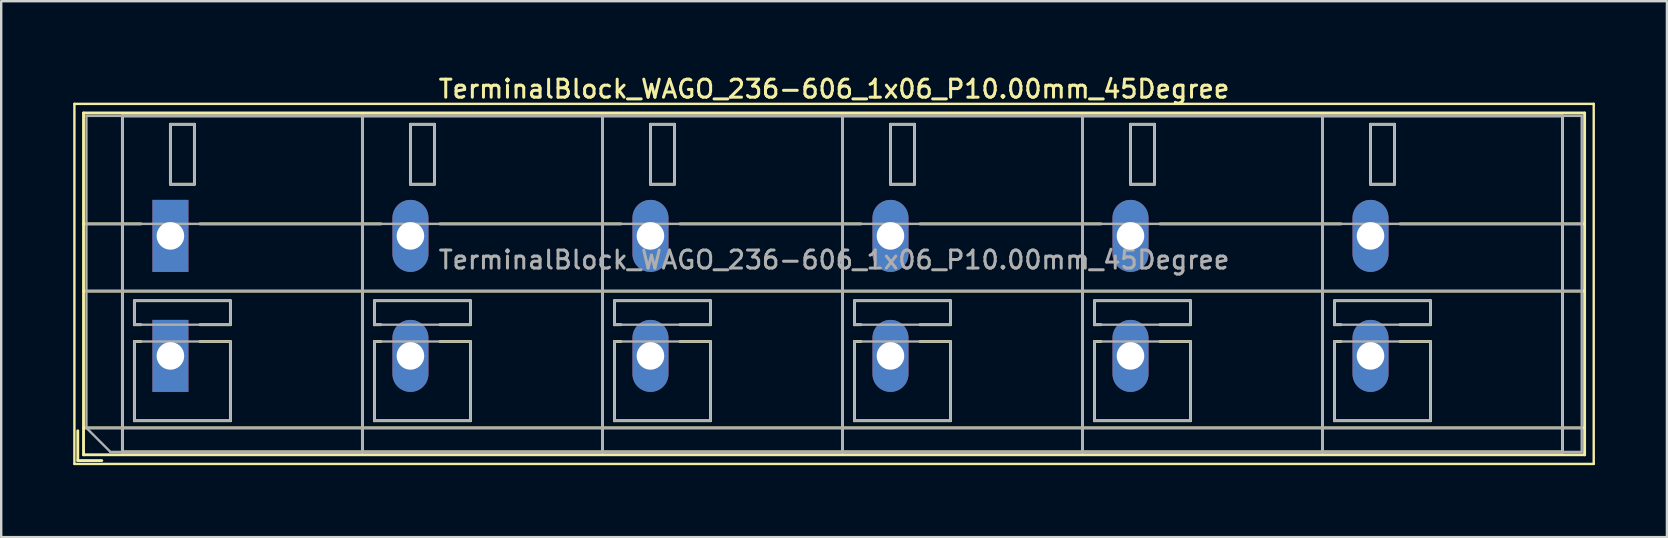
<source format=kicad_pcb>
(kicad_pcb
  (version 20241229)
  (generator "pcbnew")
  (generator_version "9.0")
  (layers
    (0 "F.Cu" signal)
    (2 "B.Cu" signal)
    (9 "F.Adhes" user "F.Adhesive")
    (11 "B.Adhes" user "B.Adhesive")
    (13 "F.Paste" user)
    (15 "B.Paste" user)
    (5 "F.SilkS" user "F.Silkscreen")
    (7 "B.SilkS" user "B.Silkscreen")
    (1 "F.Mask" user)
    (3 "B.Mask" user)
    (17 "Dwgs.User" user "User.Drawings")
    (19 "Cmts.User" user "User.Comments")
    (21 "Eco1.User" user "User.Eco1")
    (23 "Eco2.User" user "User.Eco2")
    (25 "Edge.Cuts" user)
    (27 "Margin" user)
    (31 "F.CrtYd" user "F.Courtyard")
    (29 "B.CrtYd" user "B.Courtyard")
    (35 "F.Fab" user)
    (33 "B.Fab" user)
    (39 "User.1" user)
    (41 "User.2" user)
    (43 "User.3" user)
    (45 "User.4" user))
  (footprint "TerminalBlock_WAGO_236-606_1x06_P10.00mm_45Degree"
    (layer "F.Cu")
    (at 4.05 6.778)
    (property "Reference" "TerminalBlock_WAGO_236-606_1x06_P10.00mm_45Degree" (at 27.65 -6.12 0) (layer "F.SilkS") (effects (font (size 0.75 0.75) (thickness 0.125))))
    (attr through_hole)
    (fp_line (start -4 -5.5) (end -4 9.5) (stroke (width 0.1) (type solid)) (layer "F.SilkS"))
    (fp_line (start -4 9.5) (end 59.3 9.5) (stroke (width 0.1) (type solid)) (layer "F.SilkS"))
    (fp_line (start -3.86 8.12) (end -3.86 9.36) (stroke (width 0.12) (type solid)) (layer "F.SilkS"))
    (fp_line (start -3.86 9.36) (end -2.86 9.36) (stroke (width 0.12) (type solid)) (layer "F.SilkS"))
    (fp_line (start -3.62 -5.12) (end -3.62 9.12) (stroke (width 0.12) (type solid)) (layer "F.SilkS"))
    (fp_line (start -3.62 -5.12) (end 58.92 -5.12) (stroke (width 0.12) (type solid)) (layer "F.SilkS"))
    (fp_line (start -3.62 -0.5) (end -1.23 -0.5) (stroke (width 0.12) (type solid)) (layer "F.SilkS"))
    (fp_line (start -3.62 2.3) (end 58.92 2.3) (stroke (width 0.12) (type solid)) (layer "F.SilkS"))
    (fp_line (start -3.62 8) (end 58.92 8) (stroke (width 0.12) (type solid)) (layer "F.SilkS"))
    (fp_line (start -3.62 9.12) (end 58.92 9.12) (stroke (width 0.12) (type solid)) (layer "F.SilkS"))
    (fp_line (start -2 -5) (end -2 9) (stroke (width 0.12) (type solid)) (layer "F.SilkS"))
    (fp_line (start -2 -5) (end 8 -5) (stroke (width 0.12) (type solid)) (layer "F.SilkS"))
    (fp_line (start -2 9) (end 8 9) (stroke (width 0.12) (type solid)) (layer "F.SilkS"))
    (fp_line (start -1.5 2.7) (end -1.5 3.7) (stroke (width 0.12) (type solid)) (layer "F.SilkS"))
    (fp_line (start -1.5 2.7) (end 2.5 2.7) (stroke (width 0.12) (type solid)) (layer "F.SilkS"))
    (fp_line (start -1.5 3.7) (end -1.23 3.7) (stroke (width 0.12) (type solid)) (layer "F.SilkS"))
    (fp_line (start -1.5 4.4) (end -1.5 7.7) (stroke (width 0.12) (type solid)) (layer "F.SilkS"))
    (fp_line (start -1.5 4.4) (end -1.23 4.4) (stroke (width 0.12) (type solid)) (layer "F.SilkS"))
    (fp_line (start -1.5 7.7) (end 2.5 7.7) (stroke (width 0.12) (type solid)) (layer "F.SilkS"))
    (fp_line (start 0 -4.65) (end 0 -2.151) (stroke (width 0.12) (type solid)) (layer "F.SilkS"))
    (fp_line (start 0 -4.65) (end 1 -4.65) (stroke (width 0.12) (type solid)) (layer "F.SilkS"))
    (fp_line (start 0 -2.151) (end 1 -2.151) (stroke (width 0.12) (type solid)) (layer "F.SilkS"))
    (fp_line (start 1 -4.65) (end 1 -2.151) (stroke (width 0.12) (type solid)) (layer "F.SilkS"))
    (fp_line (start 1.23 -0.5) (end 8.77 -0.5) (stroke (width 0.12) (type solid)) (layer "F.SilkS"))
    (fp_line (start 1.23 3.7) (end 2.5 3.7) (stroke (width 0.12) (type solid)) (layer "F.SilkS"))
    (fp_line (start 1.23 4.4) (end 2.5 4.4) (stroke (width 0.12) (type solid)) (layer "F.SilkS"))
    (fp_line (start 2.5 2.7) (end 2.5 3.7) (stroke (width 0.12) (type solid)) (layer "F.SilkS"))
    (fp_line (start 2.5 4.4) (end 2.5 7.7) (stroke (width 0.12) (type solid)) (layer "F.SilkS"))
    (fp_line (start 8 -5) (end 8 9) (stroke (width 0.12) (type solid)) (layer "F.SilkS"))
    (fp_line (start 8 -5) (end 8 9) (stroke (width 0.12) (type solid)) (layer "F.SilkS"))
    (fp_line (start 8 -5) (end 18 -5) (stroke (width 0.12) (type solid)) (layer "F.SilkS"))
    (fp_line (start 8 9) (end 18 9) (stroke (width 0.12) (type solid)) (layer "F.SilkS"))
    (fp_line (start 8.5 2.7) (end 8.5 3.7) (stroke (width 0.12) (type solid)) (layer "F.SilkS"))
    (fp_line (start 8.5 2.7) (end 12.5 2.7) (stroke (width 0.12) (type solid)) (layer "F.SilkS"))
    (fp_line (start 8.5 3.7) (end 8.77 3.7) (stroke (width 0.12) (type solid)) (layer "F.SilkS"))
    (fp_line (start 8.5 4.4) (end 8.5 7.7) (stroke (width 0.12) (type solid)) (layer "F.SilkS"))
    (fp_line (start 8.5 4.4) (end 8.77 4.4) (stroke (width 0.12) (type solid)) (layer "F.SilkS"))
    (fp_line (start 8.5 7.7) (end 12.5 7.7) (stroke (width 0.12) (type solid)) (layer "F.SilkS"))
    (fp_line (start 10 -4.65) (end 10 -2.151) (stroke (width 0.12) (type solid)) (layer "F.SilkS"))
    (fp_line (start 10 -4.65) (end 11 -4.65) (stroke (width 0.12) (type solid)) (layer "F.SilkS"))
    (fp_line (start 10 -2.151) (end 11 -2.151) (stroke (width 0.12) (type solid)) (layer "F.SilkS"))
    (fp_line (start 11 -4.65) (end 11 -2.151) (stroke (width 0.12) (type solid)) (layer "F.SilkS"))
    (fp_line (start 11.23 -0.5) (end 18.77 -0.5) (stroke (width 0.12) (type solid)) (layer "F.SilkS"))
    (fp_line (start 11.23 3.7) (end 12.5 3.7) (stroke (width 0.12) (type solid)) (layer "F.SilkS"))
    (fp_line (start 11.23 4.4) (end 12.5 4.4) (stroke (width 0.12) (type solid)) (layer "F.SilkS"))
    (fp_line (start 12.5 2.7) (end 12.5 3.7) (stroke (width 0.12) (type solid)) (layer "F.SilkS"))
    (fp_line (start 12.5 4.4) (end 12.5 7.7) (stroke (width 0.12) (type solid)) (layer "F.SilkS"))
    (fp_line (start 18 -5) (end 18 9) (stroke (width 0.12) (type solid)) (layer "F.SilkS"))
    (fp_line (start 18 -5) (end 18 9) (stroke (width 0.12) (type solid)) (layer "F.SilkS"))
    (fp_line (start 18 -5) (end 28 -5) (stroke (width 0.12) (type solid)) (layer "F.SilkS"))
    (fp_line (start 18 9) (end 28 9) (stroke (width 0.12) (type solid)) (layer "F.SilkS"))
    (fp_line (start 18.5 2.7) (end 18.5 3.7) (stroke (width 0.12) (type solid)) (layer "F.SilkS"))
    (fp_line (start 18.5 2.7) (end 22.5 2.7) (stroke (width 0.12) (type solid)) (layer "F.SilkS"))
    (fp_line (start 18.5 3.7) (end 18.77 3.7) (stroke (width 0.12) (type solid)) (layer "F.SilkS"))
    (fp_line (start 18.5 4.4) (end 18.5 7.7) (stroke (width 0.12) (type solid)) (layer "F.SilkS"))
    (fp_line (start 18.5 4.4) (end 18.77 4.4) (stroke (width 0.12) (type solid)) (layer "F.SilkS"))
    (fp_line (start 18.5 7.7) (end 22.5 7.7) (stroke (width 0.12) (type solid)) (layer "F.SilkS"))
    (fp_line (start 20 -4.65) (end 20 -2.151) (stroke (width 0.12) (type solid)) (layer "F.SilkS"))
    (fp_line (start 20 -4.65) (end 21 -4.65) (stroke (width 0.12) (type solid)) (layer "F.SilkS"))
    (fp_line (start 20 -2.151) (end 21 -2.151) (stroke (width 0.12) (type solid)) (layer "F.SilkS"))
    (fp_line (start 21 -4.65) (end 21 -2.151) (stroke (width 0.12) (type solid)) (layer "F.SilkS"))
    (fp_line (start 21.23 -0.5) (end 28.77 -0.5) (stroke (width 0.12) (type solid)) (layer "F.SilkS"))
    (fp_line (start 21.23 3.7) (end 22.5 3.7) (stroke (width 0.12) (type solid)) (layer "F.SilkS"))
    (fp_line (start 21.23 4.4) (end 22.5 4.4) (stroke (width 0.12) (type solid)) (layer "F.SilkS"))
    (fp_line (start 22.5 2.7) (end 22.5 3.7) (stroke (width 0.12) (type solid)) (layer "F.SilkS"))
    (fp_line (start 22.5 4.4) (end 22.5 7.7) (stroke (width 0.12) (type solid)) (layer "F.SilkS"))
    (fp_line (start 28 -5) (end 28 9) (stroke (width 0.12) (type solid)) (layer "F.SilkS"))
    (fp_line (start 28 -5) (end 28 9) (stroke (width 0.12) (type solid)) (layer "F.SilkS"))
    (fp_line (start 28 -5) (end 38 -5) (stroke (width 0.12) (type solid)) (layer "F.SilkS"))
    (fp_line (start 28 9) (end 38 9) (stroke (width 0.12) (type solid)) (layer "F.SilkS"))
    (fp_line (start 28.5 2.7) (end 28.5 3.7) (stroke (width 0.12) (type solid)) (layer "F.SilkS"))
    (fp_line (start 28.5 2.7) (end 32.5 2.7) (stroke (width 0.12) (type solid)) (layer "F.SilkS"))
    (fp_line (start 28.5 3.7) (end 28.77 3.7) (stroke (width 0.12) (type solid)) (layer "F.SilkS"))
    (fp_line (start 28.5 4.4) (end 28.5 7.7) (stroke (width 0.12) (type solid)) (layer "F.SilkS"))
    (fp_line (start 28.5 4.4) (end 28.77 4.4) (stroke (width 0.12) (type solid)) (layer "F.SilkS"))
    (fp_line (start 28.5 7.7) (end 32.5 7.7) (stroke (width 0.12) (type solid)) (layer "F.SilkS"))
    (fp_line (start 30 -4.65) (end 30 -2.151) (stroke (width 0.12) (type solid)) (layer "F.SilkS"))
    (fp_line (start 30 -4.65) (end 31 -4.65) (stroke (width 0.12) (type solid)) (layer "F.SilkS"))
    (fp_line (start 30 -2.151) (end 31 -2.151) (stroke (width 0.12) (type solid)) (layer "F.SilkS"))
    (fp_line (start 31 -4.65) (end 31 -2.151) (stroke (width 0.12) (type solid)) (layer "F.SilkS"))
    (fp_line (start 31.23 -0.5) (end 38.77 -0.5) (stroke (width 0.12) (type solid)) (layer "F.SilkS"))
    (fp_line (start 31.23 3.7) (end 32.5 3.7) (stroke (width 0.12) (type solid)) (layer "F.SilkS"))
    (fp_line (start 31.23 4.4) (end 32.5 4.4) (stroke (width 0.12) (type solid)) (layer "F.SilkS"))
    (fp_line (start 32.5 2.7) (end 32.5 3.7) (stroke (width 0.12) (type solid)) (layer "F.SilkS"))
    (fp_line (start 32.5 4.4) (end 32.5 7.7) (stroke (width 0.12) (type solid)) (layer "F.SilkS"))
    (fp_line (start 38 -5) (end 38 9) (stroke (width 0.12) (type solid)) (layer "F.SilkS"))
    (fp_line (start 38 -5) (end 38 9) (stroke (width 0.12) (type solid)) (layer "F.SilkS"))
    (fp_line (start 38 -5) (end 48 -5) (stroke (width 0.12) (type solid)) (layer "F.SilkS"))
    (fp_line (start 38 9) (end 48 9) (stroke (width 0.12) (type solid)) (layer "F.SilkS"))
    (fp_line (start 38.5 2.7) (end 38.5 3.7) (stroke (width 0.12) (type solid)) (layer "F.SilkS"))
    (fp_line (start 38.5 2.7) (end 42.5 2.7) (stroke (width 0.12) (type solid)) (layer "F.SilkS"))
    (fp_line (start 38.5 3.7) (end 38.77 3.7) (stroke (width 0.12) (type solid)) (layer "F.SilkS"))
    (fp_line (start 38.5 4.4) (end 38.5 7.7) (stroke (width 0.12) (type solid)) (layer "F.SilkS"))
    (fp_line (start 38.5 4.4) (end 38.77 4.4) (stroke (width 0.12) (type solid)) (layer "F.SilkS"))
    (fp_line (start 38.5 7.7) (end 42.5 7.7) (stroke (width 0.12) (type solid)) (layer "F.SilkS"))
    (fp_line (start 40 -4.65) (end 40 -2.151) (stroke (width 0.12) (type solid)) (layer "F.SilkS"))
    (fp_line (start 40 -4.65) (end 41 -4.65) (stroke (width 0.12) (type solid)) (layer "F.SilkS"))
    (fp_line (start 40 -2.151) (end 41 -2.151) (stroke (width 0.12) (type solid)) (layer "F.SilkS"))
    (fp_line (start 41 -4.65) (end 41 -2.151) (stroke (width 0.12) (type solid)) (layer "F.SilkS"))
    (fp_line (start 41.23 -0.5) (end 48.77 -0.5) (stroke (width 0.12) (type solid)) (layer "F.SilkS"))
    (fp_line (start 41.23 3.7) (end 42.5 3.7) (stroke (width 0.12) (type solid)) (layer "F.SilkS"))
    (fp_line (start 41.23 4.4) (end 42.5 4.4) (stroke (width 0.12) (type solid)) (layer "F.SilkS"))
    (fp_line (start 42.5 2.7) (end 42.5 3.7) (stroke (width 0.12) (type solid)) (layer "F.SilkS"))
    (fp_line (start 42.5 4.4) (end 42.5 7.7) (stroke (width 0.12) (type solid)) (layer "F.SilkS"))
    (fp_line (start 48 -5) (end 48 9) (stroke (width 0.12) (type solid)) (layer "F.SilkS"))
    (fp_line (start 48 -5) (end 48 9) (stroke (width 0.12) (type solid)) (layer "F.SilkS"))
    (fp_line (start 48 -5) (end 58 -5) (stroke (width 0.12) (type solid)) (layer "F.SilkS"))
    (fp_line (start 48 9) (end 58 9) (stroke (width 0.12) (type solid)) (layer "F.SilkS"))
    (fp_line (start 48.5 2.7) (end 48.5 3.7) (stroke (width 0.12) (type solid)) (layer "F.SilkS"))
    (fp_line (start 48.5 2.7) (end 52.5 2.7) (stroke (width 0.12) (type solid)) (layer "F.SilkS"))
    (fp_line (start 48.5 3.7) (end 48.77 3.7) (stroke (width 0.12) (type solid)) (layer "F.SilkS"))
    (fp_line (start 48.5 4.4) (end 48.5 7.7) (stroke (width 0.12) (type solid)) (layer "F.SilkS"))
    (fp_line (start 48.5 4.4) (end 48.77 4.4) (stroke (width 0.12) (type solid)) (layer "F.SilkS"))
    (fp_line (start 48.5 7.7) (end 52.5 7.7) (stroke (width 0.12) (type solid)) (layer "F.SilkS"))
    (fp_line (start 50 -4.65) (end 50 -2.151) (stroke (width 0.12) (type solid)) (layer "F.SilkS"))
    (fp_line (start 50 -4.65) (end 51 -4.65) (stroke (width 0.12) (type solid)) (layer "F.SilkS"))
    (fp_line (start 50 -2.151) (end 51 -2.151) (stroke (width 0.12) (type solid)) (layer "F.SilkS"))
    (fp_line (start 51 -4.65) (end 51 -2.151) (stroke (width 0.12) (type solid)) (layer "F.SilkS"))
    (fp_line (start 51.23 -0.5) (end 58.92 -0.5) (stroke (width 0.12) (type solid)) (layer "F.SilkS"))
    (fp_line (start 51.23 3.7) (end 52.5 3.7) (stroke (width 0.12) (type solid)) (layer "F.SilkS"))
    (fp_line (start 51.23 4.4) (end 52.5 4.4) (stroke (width 0.12) (type solid)) (layer "F.SilkS"))
    (fp_line (start 52.5 2.7) (end 52.5 3.7) (stroke (width 0.12) (type solid)) (layer "F.SilkS"))
    (fp_line (start 52.5 4.4) (end 52.5 7.7) (stroke (width 0.12) (type solid)) (layer "F.SilkS"))
    (fp_line (start 58 -5) (end 58 9) (stroke (width 0.12) (type solid)) (layer "F.SilkS"))
    (fp_line (start 58.92 -5.12) (end 58.92 9.12) (stroke (width 0.12) (type solid)) (layer "F.SilkS"))
    (fp_line (start 59.3 -5.5) (end -4 -5.5) (stroke (width 0.1) (type solid)) (layer "F.SilkS"))
    (fp_line (start 59.3 9.5) (end 59.3 -5.5) (stroke (width 0.1) (type solid)) (layer "F.SilkS"))
    (fp_line (start -3.5 -5) (end 58.8 -5) (stroke (width 0.1) (type solid)) (layer "F.Fab"))
    (fp_line (start -3.5 -0.5) (end 58.8 -0.5) (stroke (width 0.1) (type solid)) (layer "F.Fab"))
    (fp_line (start -3.5 2.3) (end 58.8 2.3) (stroke (width 0.1) (type solid)) (layer "F.Fab"))
    (fp_line (start -3.5 8) (end -3.5 -5) (stroke (width 0.1) (type solid)) (layer "F.Fab"))
    (fp_line (start -3.5 8) (end 58.8 8) (stroke (width 0.1) (type solid)) (layer "F.Fab"))
    (fp_line (start -2.5 9) (end -3.5 8) (stroke (width 0.1) (type solid)) (layer "F.Fab"))
    (fp_line (start -2 -5) (end -2 9) (stroke (width 0.1) (type solid)) (layer "F.Fab"))
    (fp_line (start -2 9) (end 8 9) (stroke (width 0.1) (type solid)) (layer "F.Fab"))
    (fp_line (start -1.5 2.7) (end -1.5 3.7) (stroke (width 0.1) (type solid)) (layer "F.Fab"))
    (fp_line (start -1.5 3.7) (end 2.5 3.7) (stroke (width 0.1) (type solid)) (layer "F.Fab"))
    (fp_line (start -1.5 4.4) (end -1.5 7.7) (stroke (width 0.1) (type solid)) (layer "F.Fab"))
    (fp_line (start -1.5 7.7) (end 2.5 7.7) (stroke (width 0.1) (type solid)) (layer "F.Fab"))
    (fp_line (start 0 -4.65) (end 0 -2.15) (stroke (width 0.1) (type solid)) (layer "F.Fab"))
    (fp_line (start 0 -2.15) (end 1 -2.15) (stroke (width 0.1) (type solid)) (layer "F.Fab"))
    (fp_line (start 1 -4.65) (end 0 -4.65) (stroke (width 0.1) (type solid)) (layer "F.Fab"))
    (fp_line (start 1 -2.15) (end 1 -4.65) (stroke (width 0.1) (type solid)) (layer "F.Fab"))
    (fp_line (start 2.5 2.7) (end -1.5 2.7) (stroke (width 0.1) (type solid)) (layer "F.Fab"))
    (fp_line (start 2.5 3.7) (end 2.5 2.7) (stroke (width 0.1) (type solid)) (layer "F.Fab"))
    (fp_line (start 2.5 4.4) (end -1.5 4.4) (stroke (width 0.1) (type solid)) (layer "F.Fab"))
    (fp_line (start 2.5 7.7) (end 2.5 4.4) (stroke (width 0.1) (type solid)) (layer "F.Fab"))
    (fp_line (start 8 -5) (end -2 -5) (stroke (width 0.1) (type solid)) (layer "F.Fab"))
    (fp_line (start 8 -5) (end 8 9) (stroke (width 0.1) (type solid)) (layer "F.Fab"))
    (fp_line (start 8 9) (end 8 -5) (stroke (width 0.1) (type solid)) (layer "F.Fab"))
    (fp_line (start 8 9) (end 18 9) (stroke (width 0.1) (type solid)) (layer "F.Fab"))
    (fp_line (start 8.5 2.7) (end 8.5 3.7) (stroke (width 0.1) (type solid)) (layer "F.Fab"))
    (fp_line (start 8.5 3.7) (end 12.5 3.7) (stroke (width 0.1) (type solid)) (layer "F.Fab"))
    (fp_line (start 8.5 4.4) (end 8.5 7.7) (stroke (width 0.1) (type solid)) (layer "F.Fab"))
    (fp_line (start 8.5 7.7) (end 12.5 7.7) (stroke (width 0.1) (type solid)) (layer "F.Fab"))
    (fp_line (start 10 -4.65) (end 10 -2.15) (stroke (width 0.1) (type solid)) (layer "F.Fab"))
    (fp_line (start 10 -2.15) (end 11 -2.15) (stroke (width 0.1) (type solid)) (layer "F.Fab"))
    (fp_line (start 11 -4.65) (end 10 -4.65) (stroke (width 0.1) (type solid)) (layer "F.Fab"))
    (fp_line (start 11 -2.15) (end 11 -4.65) (stroke (width 0.1) (type solid)) (layer "F.Fab"))
    (fp_line (start 12.5 2.7) (end 8.5 2.7) (stroke (width 0.1) (type solid)) (layer "F.Fab"))
    (fp_line (start 12.5 3.7) (end 12.5 2.7) (stroke (width 0.1) (type solid)) (layer "F.Fab"))
    (fp_line (start 12.5 4.4) (end 8.5 4.4) (stroke (width 0.1) (type solid)) (layer "F.Fab"))
    (fp_line (start 12.5 7.7) (end 12.5 4.4) (stroke (width 0.1) (type solid)) (layer "F.Fab"))
    (fp_line (start 18 -5) (end 8 -5) (stroke (width 0.1) (type solid)) (layer "F.Fab"))
    (fp_line (start 18 -5) (end 18 9) (stroke (width 0.1) (type solid)) (layer "F.Fab"))
    (fp_line (start 18 9) (end 18 -5) (stroke (width 0.1) (type solid)) (layer "F.Fab"))
    (fp_line (start 18 9) (end 28 9) (stroke (width 0.1) (type solid)) (layer "F.Fab"))
    (fp_line (start 18.5 2.7) (end 18.5 3.7) (stroke (width 0.1) (type solid)) (layer "F.Fab"))
    (fp_line (start 18.5 3.7) (end 22.5 3.7) (stroke (width 0.1) (type solid)) (layer "F.Fab"))
    (fp_line (start 18.5 4.4) (end 18.5 7.7) (stroke (width 0.1) (type solid)) (layer "F.Fab"))
    (fp_line (start 18.5 7.7) (end 22.5 7.7) (stroke (width 0.1) (type solid)) (layer "F.Fab"))
    (fp_line (start 20 -4.65) (end 20 -2.15) (stroke (width 0.1) (type solid)) (layer "F.Fab"))
    (fp_line (start 20 -2.15) (end 21 -2.15) (stroke (width 0.1) (type solid)) (layer "F.Fab"))
    (fp_line (start 21 -4.65) (end 20 -4.65) (stroke (width 0.1) (type solid)) (layer "F.Fab"))
    (fp_line (start 21 -2.15) (end 21 -4.65) (stroke (width 0.1) (type solid)) (layer "F.Fab"))
    (fp_line (start 22.5 2.7) (end 18.5 2.7) (stroke (width 0.1) (type solid)) (layer "F.Fab"))
    (fp_line (start 22.5 3.7) (end 22.5 2.7) (stroke (width 0.1) (type solid)) (layer "F.Fab"))
    (fp_line (start 22.5 4.4) (end 18.5 4.4) (stroke (width 0.1) (type solid)) (layer "F.Fab"))
    (fp_line (start 22.5 7.7) (end 22.5 4.4) (stroke (width 0.1) (type solid)) (layer "F.Fab"))
    (fp_line (start 28 -5) (end 18 -5) (stroke (width 0.1) (type solid)) (layer "F.Fab"))
    (fp_line (start 28 -5) (end 28 9) (stroke (width 0.1) (type solid)) (layer "F.Fab"))
    (fp_line (start 28 9) (end 28 -5) (stroke (width 0.1) (type solid)) (layer "F.Fab"))
    (fp_line (start 28 9) (end 38 9) (stroke (width 0.1) (type solid)) (layer "F.Fab"))
    (fp_line (start 28.5 2.7) (end 28.5 3.7) (stroke (width 0.1) (type solid)) (layer "F.Fab"))
    (fp_line (start 28.5 3.7) (end 32.5 3.7) (stroke (width 0.1) (type solid)) (layer "F.Fab"))
    (fp_line (start 28.5 4.4) (end 28.5 7.7) (stroke (width 0.1) (type solid)) (layer "F.Fab"))
    (fp_line (start 28.5 7.7) (end 32.5 7.7) (stroke (width 0.1) (type solid)) (layer "F.Fab"))
    (fp_line (start 30 -4.65) (end 30 -2.15) (stroke (width 0.1) (type solid)) (layer "F.Fab"))
    (fp_line (start 30 -2.15) (end 31 -2.15) (stroke (width 0.1) (type solid)) (layer "F.Fab"))
    (fp_line (start 31 -4.65) (end 30 -4.65) (stroke (width 0.1) (type solid)) (layer "F.Fab"))
    (fp_line (start 31 -2.15) (end 31 -4.65) (stroke (width 0.1) (type solid)) (layer "F.Fab"))
    (fp_line (start 32.5 2.7) (end 28.5 2.7) (stroke (width 0.1) (type solid)) (layer "F.Fab"))
    (fp_line (start 32.5 3.7) (end 32.5 2.7) (stroke (width 0.1) (type solid)) (layer "F.Fab"))
    (fp_line (start 32.5 4.4) (end 28.5 4.4) (stroke (width 0.1) (type solid)) (layer "F.Fab"))
    (fp_line (start 32.5 7.7) (end 32.5 4.4) (stroke (width 0.1) (type solid)) (layer "F.Fab"))
    (fp_line (start 38 -5) (end 28 -5) (stroke (width 0.1) (type solid)) (layer "F.Fab"))
    (fp_line (start 38 -5) (end 38 9) (stroke (width 0.1) (type solid)) (layer "F.Fab"))
    (fp_line (start 38 9) (end 38 -5) (stroke (width 0.1) (type solid)) (layer "F.Fab"))
    (fp_line (start 38 9) (end 48 9) (stroke (width 0.1) (type solid)) (layer "F.Fab"))
    (fp_line (start 38.5 2.7) (end 38.5 3.7) (stroke (width 0.1) (type solid)) (layer "F.Fab"))
    (fp_line (start 38.5 3.7) (end 42.5 3.7) (stroke (width 0.1) (type solid)) (layer "F.Fab"))
    (fp_line (start 38.5 4.4) (end 38.5 7.7) (stroke (width 0.1) (type solid)) (layer "F.Fab"))
    (fp_line (start 38.5 7.7) (end 42.5 7.7) (stroke (width 0.1) (type solid)) (layer "F.Fab"))
    (fp_line (start 40 -4.65) (end 40 -2.15) (stroke (width 0.1) (type solid)) (layer "F.Fab"))
    (fp_line (start 40 -2.15) (end 41 -2.15) (stroke (width 0.1) (type solid)) (layer "F.Fab"))
    (fp_line (start 41 -4.65) (end 40 -4.65) (stroke (width 0.1) (type solid)) (layer "F.Fab"))
    (fp_line (start 41 -2.15) (end 41 -4.65) (stroke (width 0.1) (type solid)) (layer "F.Fab"))
    (fp_line (start 42.5 2.7) (end 38.5 2.7) (stroke (width 0.1) (type solid)) (layer "F.Fab"))
    (fp_line (start 42.5 3.7) (end 42.5 2.7) (stroke (width 0.1) (type solid)) (layer "F.Fab"))
    (fp_line (start 42.5 4.4) (end 38.5 4.4) (stroke (width 0.1) (type solid)) (layer "F.Fab"))
    (fp_line (start 42.5 7.7) (end 42.5 4.4) (stroke (width 0.1) (type solid)) (layer "F.Fab"))
    (fp_line (start 48 -5) (end 38 -5) (stroke (width 0.1) (type solid)) (layer "F.Fab"))
    (fp_line (start 48 -5) (end 48 9) (stroke (width 0.1) (type solid)) (layer "F.Fab"))
    (fp_line (start 48 9) (end 48 -5) (stroke (width 0.1) (type solid)) (layer "F.Fab"))
    (fp_line (start 48 9) (end 58 9) (stroke (width 0.1) (type solid)) (layer "F.Fab"))
    (fp_line (start 48.5 2.7) (end 48.5 3.7) (stroke (width 0.1) (type solid)) (layer "F.Fab"))
    (fp_line (start 48.5 3.7) (end 52.5 3.7) (stroke (width 0.1) (type solid)) (layer "F.Fab"))
    (fp_line (start 48.5 4.4) (end 48.5 7.7) (stroke (width 0.1) (type solid)) (layer "F.Fab"))
    (fp_line (start 48.5 7.7) (end 52.5 7.7) (stroke (width 0.1) (type solid)) (layer "F.Fab"))
    (fp_line (start 50 -4.65) (end 50 -2.15) (stroke (width 0.1) (type solid)) (layer "F.Fab"))
    (fp_line (start 50 -2.15) (end 51 -2.15) (stroke (width 0.1) (type solid)) (layer "F.Fab"))
    (fp_line (start 51 -4.65) (end 50 -4.65) (stroke (width 0.1) (type solid)) (layer "F.Fab"))
    (fp_line (start 51 -2.15) (end 51 -4.65) (stroke (width 0.1) (type solid)) (layer "F.Fab"))
    (fp_line (start 52.5 2.7) (end 48.5 2.7) (stroke (width 0.1) (type solid)) (layer "F.Fab"))
    (fp_line (start 52.5 3.7) (end 52.5 2.7) (stroke (width 0.1) (type solid)) (layer "F.Fab"))
    (fp_line (start 52.5 4.4) (end 48.5 4.4) (stroke (width 0.1) (type solid)) (layer "F.Fab"))
    (fp_line (start 52.5 7.7) (end 52.5 4.4) (stroke (width 0.1) (type solid)) (layer "F.Fab"))
    (fp_line (start 58 -5) (end 48 -5) (stroke (width 0.1) (type solid)) (layer "F.Fab"))
    (fp_line (start 58 9) (end 58 -5) (stroke (width 0.1) (type solid)) (layer "F.Fab"))
    (fp_line (start 58.8 -5) (end 58.8 9) (stroke (width 0.1) (type solid)) (layer "F.Fab"))
    (fp_line (start 58.8 9) (end -2.5 9) (stroke (width 0.1) (type solid)) (layer "F.Fab"))
    (fp_text user "${REFERENCE}" (at 27.65 1 0) (layer "F.Fab") (effects (font (size 0.75 0.75) (thickness 0.125))))
    (pad "1" thru_hole rect (at 0 0) (size 1.5 3) (drill 1.15) (layers "*.Cu" "*.Mask"))
    (pad "1" thru_hole rect (at 0 5) (size 1.5 3) (drill 1.15) (layers "*.Cu" "*.Mask"))
    (pad "2" thru_hole oval (at 10 0) (size 1.5 3) (drill 1.15) (layers "*.Cu" "*.Mask"))
    (pad "2" thru_hole oval (at 10 5) (size 1.5 3) (drill 1.15) (layers "*.Cu" "*.Mask"))
    (pad "3" thru_hole oval (at 20 0) (size 1.5 3) (drill 1.15) (layers "*.Cu" "*.Mask"))
    (pad "3" thru_hole oval (at 20 5) (size 1.5 3) (drill 1.15) (layers "*.Cu" "*.Mask"))
    (pad "4" thru_hole oval (at 30 0) (size 1.5 3) (drill 1.15) (layers "*.Cu" "*.Mask"))
    (pad "4" thru_hole oval (at 30 5) (size 1.5 3) (drill 1.15) (layers "*.Cu" "*.Mask"))
    (pad "5" thru_hole oval (at 40 0) (size 1.5 3) (drill 1.15) (layers "*.Cu" "*.Mask"))
    (pad "5" thru_hole oval (at 40 5) (size 1.5 3) (drill 1.15) (layers "*.Cu" "*.Mask"))
    (pad "6" thru_hole oval (at 50 0) (size 1.5 3) (drill 1.15) (layers "*.Cu" "*.Mask"))
    (pad "6" thru_hole oval (at 50 5) (size 1.5 3) (drill 1.15) (layers "*.Cu" "*.Mask")))
  (gr_rect
    (start -3 -3)
    (end 66.4 19.328)
    (stroke (width 0.1) (type default))
    (fill no)
    (layer "Edge.Cuts")))
</source>
